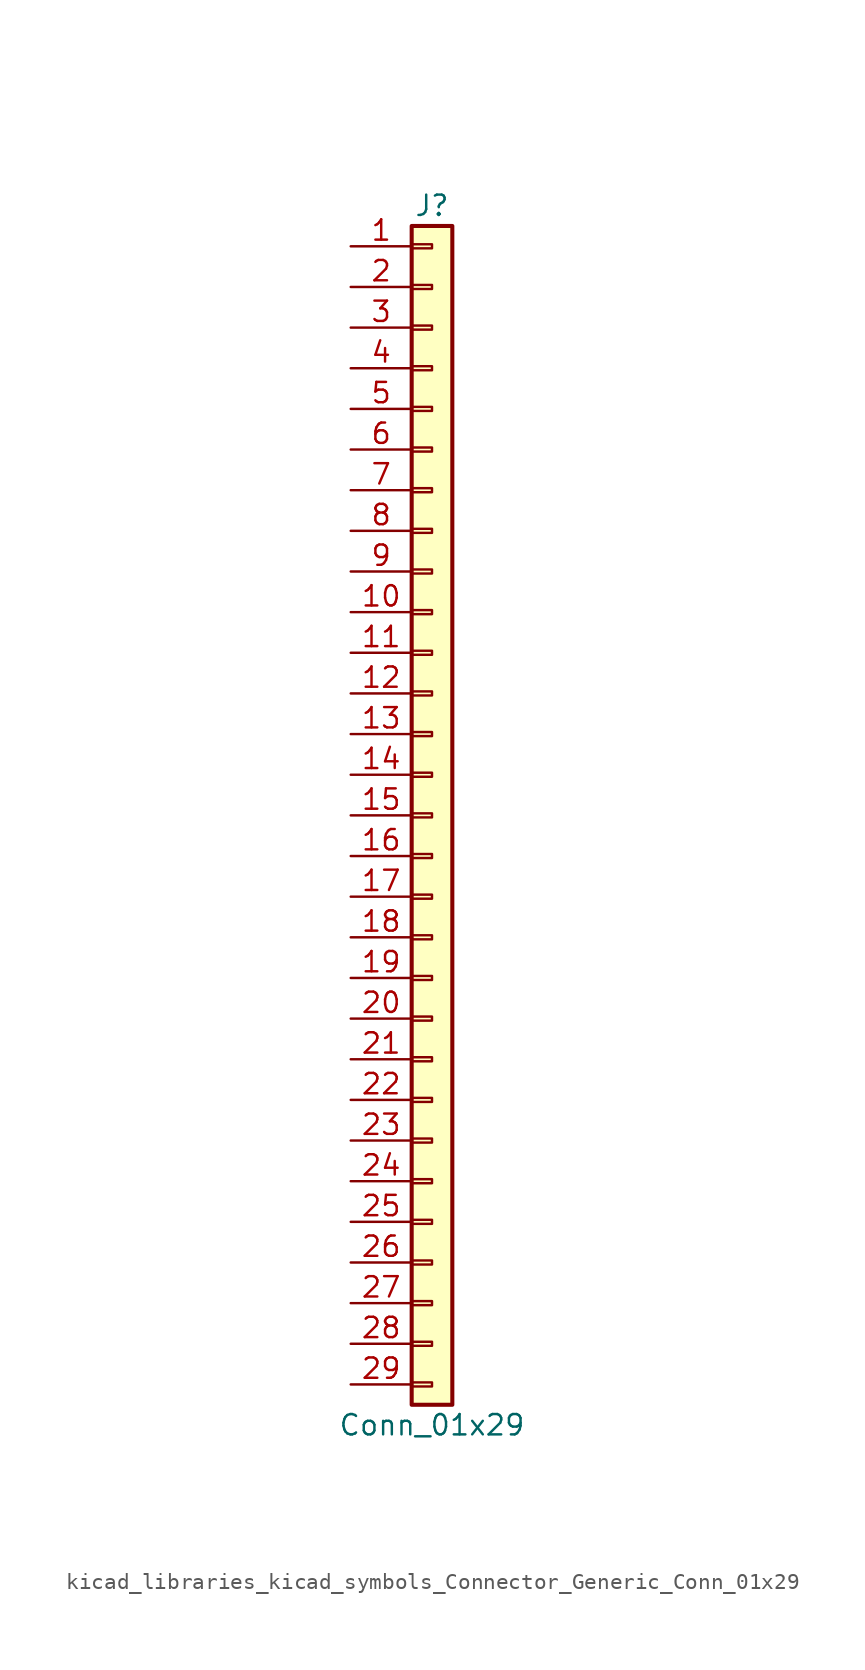
<source format=kicad_sym>
(kicad_symbol_lib
  (version 20220914)
  (generator kicad_symbol_editor)
  (symbol "kicad_libraries_kicad_symbols_Connector_Generic_Conn_01x29"
    (pin_names
      (offset 1.016) hide)
    (property "Reference" "J"
      (at 0 38.1 0)
      (effects (font (size 1.27 1.27))))
    (property "Value" "Conn_01x29"
      (at 0 -38.1 0)
      (effects (font (size 1.27 1.27))))
    (symbol "kicad_libraries_kicad_symbols_Connector_Generic_Conn_01x29_1_1"
      (rectangle (start -1.27 -35.433) (end 0 -35.687) (stroke (width 0.152) (type default)) (fill (type none)))
      (rectangle (start -1.27 -32.893) (end 0 -33.147) (stroke (width 0.152) (type default)) (fill (type none)))
      (rectangle (start -1.27 -30.353) (end 0 -30.607) (stroke (width 0.152) (type default)) (fill (type none)))
      (rectangle (start -1.27 -27.813) (end 0 -28.067) (stroke (width 0.152) (type default)) (fill (type none)))
      (rectangle (start -1.27 -25.273) (end 0 -25.527) (stroke (width 0.152) (type default)) (fill (type none)))
      (rectangle (start -1.27 -22.733) (end 0 -22.987) (stroke (width 0.152) (type default)) (fill (type none)))
      (rectangle (start -1.27 -20.193) (end 0 -20.447) (stroke (width 0.152) (type default)) (fill (type none)))
      (rectangle (start -1.27 -17.653) (end 0 -17.907) (stroke (width 0.152) (type default)) (fill (type none)))
      (rectangle (start -1.27 -15.113) (end 0 -15.367) (stroke (width 0.152) (type default)) (fill (type none)))
      (rectangle (start -1.27 -12.573) (end 0 -12.827) (stroke (width 0.152) (type default)) (fill (type none)))
      (rectangle (start -1.27 -10.033) (end 0 -10.287) (stroke (width 0.152) (type default)) (fill (type none)))
      (rectangle (start -1.27 -7.493) (end 0 -7.747) (stroke (width 0.152) (type default)) (fill (type none)))
      (rectangle (start -1.27 -4.953) (end 0 -5.207) (stroke (width 0.152) (type default)) (fill (type none)))
      (rectangle (start -1.27 -2.413) (end 0 -2.667) (stroke (width 0.152) (type default)) (fill (type none)))
      (rectangle (start -1.27 0.127) (end 0 -0.127) (stroke (width 0.152) (type default)) (fill (type none)))
      (rectangle (start -1.27 2.667) (end 0 2.413) (stroke (width 0.152) (type default)) (fill (type none)))
      (rectangle (start -1.27 5.207) (end 0 4.953) (stroke (width 0.152) (type default)) (fill (type none)))
      (rectangle (start -1.27 7.747) (end 0 7.493) (stroke (width 0.152) (type default)) (fill (type none)))
      (rectangle (start -1.27 10.287) (end 0 10.033) (stroke (width 0.152) (type default)) (fill (type none)))
      (rectangle (start -1.27 12.827) (end 0 12.573) (stroke (width 0.152) (type default)) (fill (type none)))
      (rectangle (start -1.27 15.367) (end 0 15.113) (stroke (width 0.152) (type default)) (fill (type none)))
      (rectangle (start -1.27 17.907) (end 0 17.653) (stroke (width 0.152) (type default)) (fill (type none)))
      (rectangle (start -1.27 20.447) (end 0 20.193) (stroke (width 0.152) (type default)) (fill (type none)))
      (rectangle (start -1.27 22.987) (end 0 22.733) (stroke (width 0.152) (type default)) (fill (type none)))
      (rectangle (start -1.27 25.527) (end 0 25.273) (stroke (width 0.152) (type default)) (fill (type none)))
      (rectangle (start -1.27 28.067) (end 0 27.813) (stroke (width 0.152) (type default)) (fill (type none)))
      (rectangle (start -1.27 30.607) (end 0 30.353) (stroke (width 0.152) (type default)) (fill (type none)))
      (rectangle (start -1.27 33.147) (end 0 32.893) (stroke (width 0.152) (type default)) (fill (type none)))
      (rectangle (start -1.27 35.687) (end 0 35.433) (stroke (width 0.152) (type default)) (fill (type none)))
      (rectangle (start -1.27 36.83) (end 1.27 -36.83) (stroke (width 0.254) (type default)) (fill (type background)))
      (pin passive line (at -5.08 35.56 0) (length 3.81) (name "Pin_1" (effects (font (size 1.27 1.27)))) (number "1" (effects (font (size 1.27 1.27)))))
      (pin passive line (at -5.08 12.7 0) (length 3.81) (name "Pin_10" (effects (font (size 1.27 1.27)))) (number "10" (effects (font (size 1.27 1.27)))))
      (pin passive line (at -5.08 10.16 0) (length 3.81) (name "Pin_11" (effects (font (size 1.27 1.27)))) (number "11" (effects (font (size 1.27 1.27)))))
      (pin passive line (at -5.08 7.62 0) (length 3.81) (name "Pin_12" (effects (font (size 1.27 1.27)))) (number "12" (effects (font (size 1.27 1.27)))))
      (pin passive line (at -5.08 5.08 0) (length 3.81) (name "Pin_13" (effects (font (size 1.27 1.27)))) (number "13" (effects (font (size 1.27 1.27)))))
      (pin passive line (at -5.08 2.54 0) (length 3.81) (name "Pin_14" (effects (font (size 1.27 1.27)))) (number "14" (effects (font (size 1.27 1.27)))))
      (pin passive line (at -5.08 0 0) (length 3.81) (name "Pin_15" (effects (font (size 1.27 1.27)))) (number "15" (effects (font (size 1.27 1.27)))))
      (pin passive line (at -5.08 -2.54 0) (length 3.81) (name "Pin_16" (effects (font (size 1.27 1.27)))) (number "16" (effects (font (size 1.27 1.27)))))
      (pin passive line (at -5.08 -5.08 0) (length 3.81) (name "Pin_17" (effects (font (size 1.27 1.27)))) (number "17" (effects (font (size 1.27 1.27)))))
      (pin passive line (at -5.08 -7.62 0) (length 3.81) (name "Pin_18" (effects (font (size 1.27 1.27)))) (number "18" (effects (font (size 1.27 1.27)))))
      (pin passive line (at -5.08 -10.16 0) (length 3.81) (name "Pin_19" (effects (font (size 1.27 1.27)))) (number "19" (effects (font (size 1.27 1.27)))))
      (pin passive line (at -5.08 33.02 0) (length 3.81) (name "Pin_2" (effects (font (size 1.27 1.27)))) (number "2" (effects (font (size 1.27 1.27)))))
      (pin passive line (at -5.08 -12.7 0) (length 3.81) (name "Pin_20" (effects (font (size 1.27 1.27)))) (number "20" (effects (font (size 1.27 1.27)))))
      (pin passive line (at -5.08 -15.24 0) (length 3.81) (name "Pin_21" (effects (font (size 1.27 1.27)))) (number "21" (effects (font (size 1.27 1.27)))))
      (pin passive line (at -5.08 -17.78 0) (length 3.81) (name "Pin_22" (effects (font (size 1.27 1.27)))) (number "22" (effects (font (size 1.27 1.27)))))
      (pin passive line (at -5.08 -20.32 0) (length 3.81) (name "Pin_23" (effects (font (size 1.27 1.27)))) (number "23" (effects (font (size 1.27 1.27)))))
      (pin passive line (at -5.08 -22.86 0) (length 3.81) (name "Pin_24" (effects (font (size 1.27 1.27)))) (number "24" (effects (font (size 1.27 1.27)))))
      (pin passive line (at -5.08 -25.4 0) (length 3.81) (name "Pin_25" (effects (font (size 1.27 1.27)))) (number "25" (effects (font (size 1.27 1.27)))))
      (pin passive line (at -5.08 -27.94 0) (length 3.81) (name "Pin_26" (effects (font (size 1.27 1.27)))) (number "26" (effects (font (size 1.27 1.27)))))
      (pin passive line (at -5.08 -30.48 0) (length 3.81) (name "Pin_27" (effects (font (size 1.27 1.27)))) (number "27" (effects (font (size 1.27 1.27)))))
      (pin passive line (at -5.08 -33.02 0) (length 3.81) (name "Pin_28" (effects (font (size 1.27 1.27)))) (number "28" (effects (font (size 1.27 1.27)))))
      (pin passive line (at -5.08 -35.56 0) (length 3.81) (name "Pin_29" (effects (font (size 1.27 1.27)))) (number "29" (effects (font (size 1.27 1.27)))))
      (pin passive line (at -5.08 30.48 0) (length 3.81) (name "Pin_3" (effects (font (size 1.27 1.27)))) (number "3" (effects (font (size 1.27 1.27)))))
      (pin passive line (at -5.08 27.94 0) (length 3.81) (name "Pin_4" (effects (font (size 1.27 1.27)))) (number "4" (effects (font (size 1.27 1.27)))))
      (pin passive line (at -5.08 25.4 0) (length 3.81) (name "Pin_5" (effects (font (size 1.27 1.27)))) (number "5" (effects (font (size 1.27 1.27)))))
      (pin passive line (at -5.08 22.86 0) (length 3.81) (name "Pin_6" (effects (font (size 1.27 1.27)))) (number "6" (effects (font (size 1.27 1.27)))))
      (pin passive line (at -5.08 20.32 0) (length 3.81) (name "Pin_7" (effects (font (size 1.27 1.27)))) (number "7" (effects (font (size 1.27 1.27)))))
      (pin passive line (at -5.08 17.78 0) (length 3.81) (name "Pin_8" (effects (font (size 1.27 1.27)))) (number "8" (effects (font (size 1.27 1.27)))))
      (pin passive line (at -5.08 15.24 0) (length 3.81) (name "Pin_9" (effects (font (size 1.27 1.27)))) (number "9" (effects (font (size 1.27 1.27))))))))
</source>
